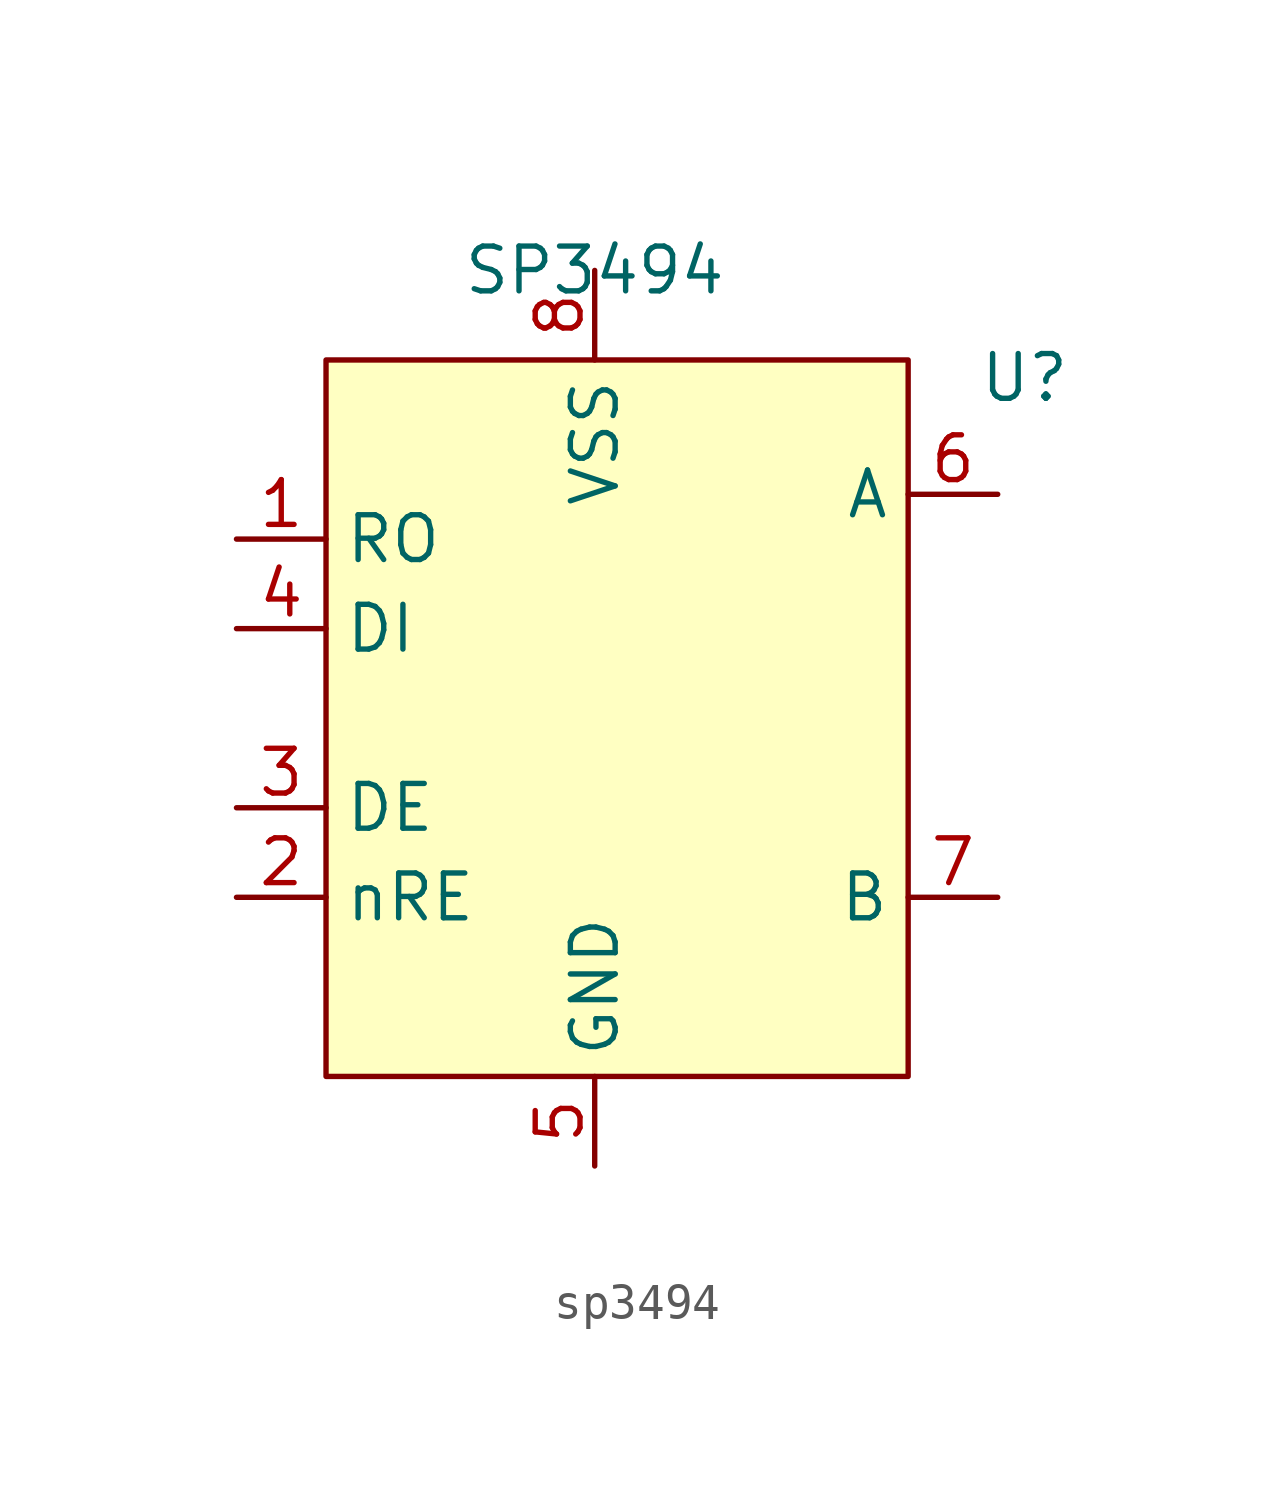
<source format=kicad_sym>
(kicad_symbol_lib
  (version 20231120)
  (generator "kicad_symbol_editor")
  (generator_version "8.0")
  (symbol "sp3494"
    (property "Reference" "U"
      (at 12.192 -3.048 0)
      (effects (font (size 1.27 1.27))))
    (property "Value" "SP3494"
      (at 0 0 0)
      (effects (font (size 1.27 1.27))))
    (symbol "sp3494_1_1"
      (rectangle (start -7.62 -2.54) (end 8.89 -22.86) (stroke (width 0) (type default)) (fill (type background)))
      (pin input line (at -10.16 -7.62 0) (length 2.54) (name "RO" (effects (font (size 1.27 1.27)))) (number "1" (effects (font (size 1.27 1.27)))))
      (pin input line (at -10.16 -17.78 0) (length 2.54) (name "nRE" (effects (font (size 1.27 1.27)))) (number "2" (effects (font (size 1.27 1.27)))))
      (pin input line (at -10.16 -15.24 0) (length 2.54) (name "DE" (effects (font (size 1.27 1.27)))) (number "3" (effects (font (size 1.27 1.27)))))
      (pin output line (at -10.16 -10.16 0) (length 2.54) (name "DI" (effects (font (size 1.27 1.27)))) (number "4" (effects (font (size 1.27 1.27)))))
      (pin passive line (at 0 -25.4 90) (length 2.54) (name "GND" (effects (font (size 1.27 1.27)))) (number "5" (effects (font (size 1.27 1.27)))))
      (pin bidirectional line (at 11.43 -6.35 180) (length 2.54) (name "A" (effects (font (size 1.27 1.27)))) (number "6" (effects (font (size 1.27 1.27)))))
      (pin bidirectional line (at 11.43 -17.78 180) (length 2.54) (name "B" (effects (font (size 1.27 1.27)))) (number "7" (effects (font (size 1.27 1.27)))))
      (pin power_in line (at 0 0 270) (length 2.54) (name "VSS" (effects (font (size 1.27 1.27)))) (number "8" (effects (font (size 1.27 1.27))))))))
</source>
